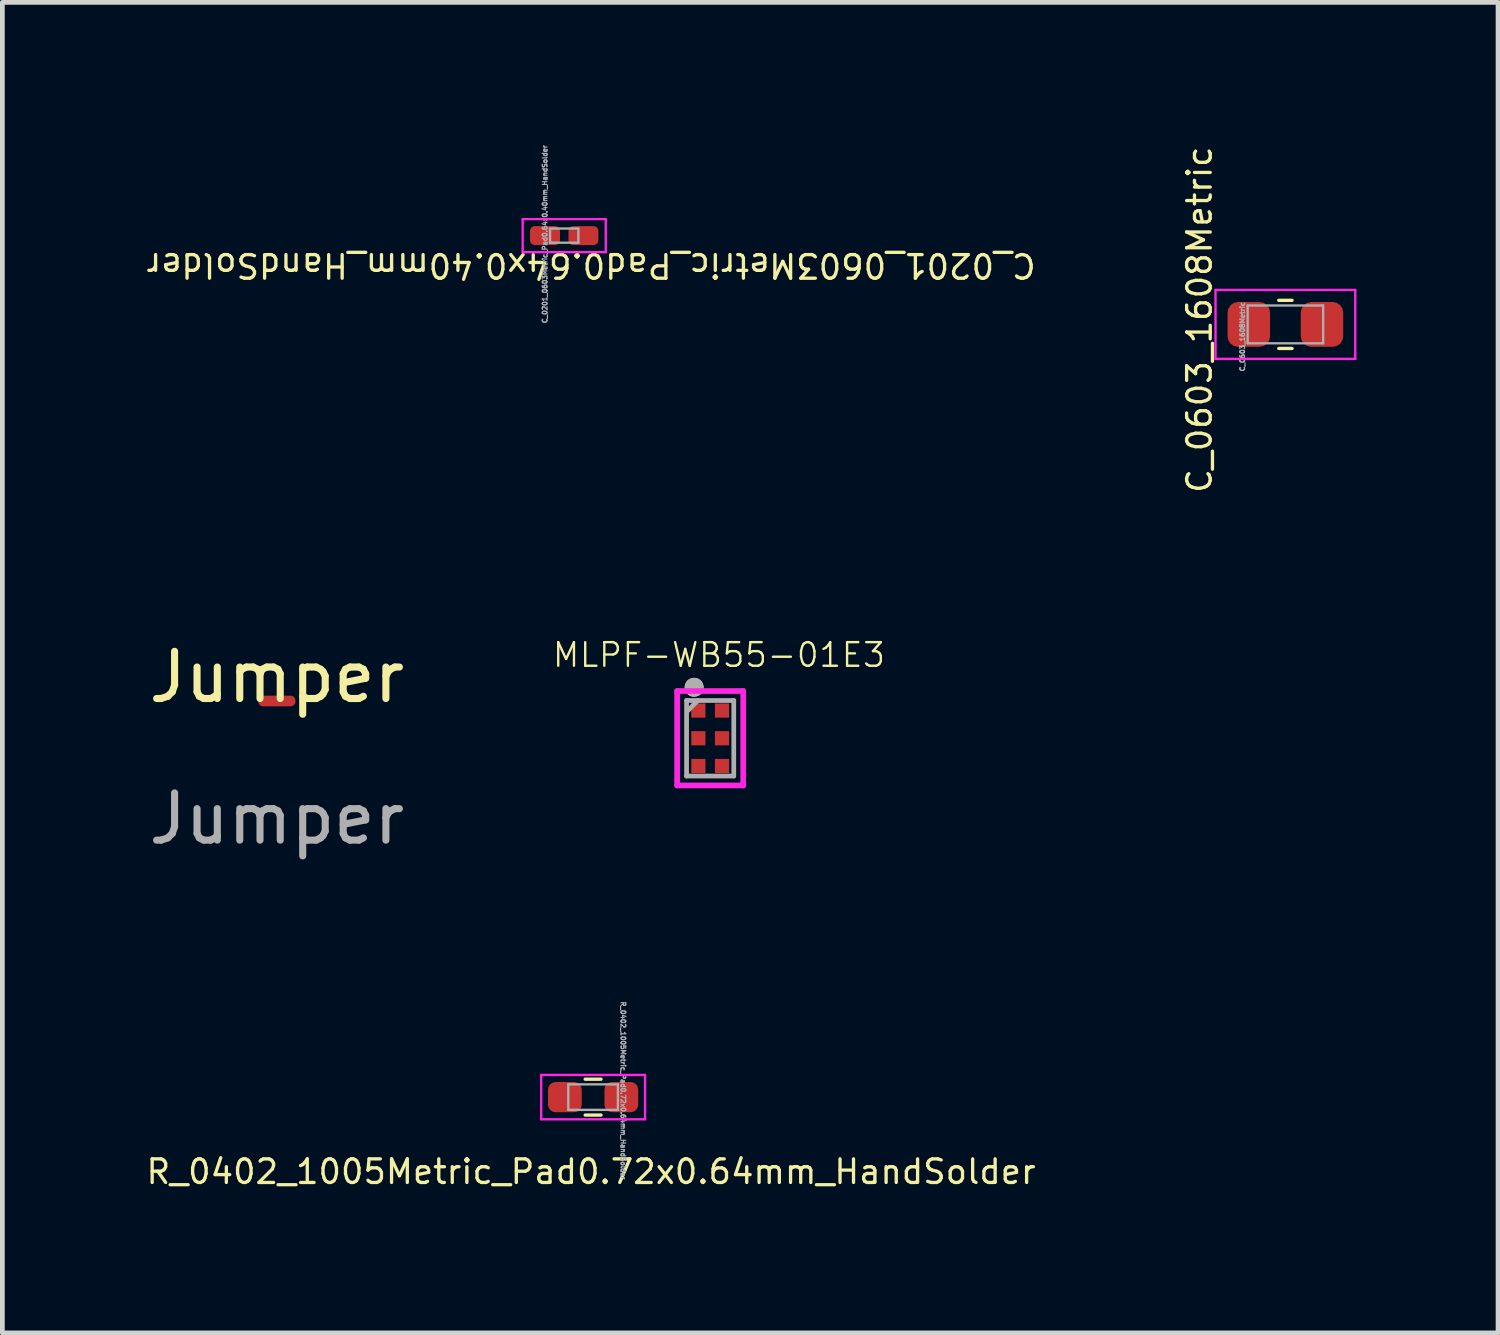
<source format=kicad_pcb>
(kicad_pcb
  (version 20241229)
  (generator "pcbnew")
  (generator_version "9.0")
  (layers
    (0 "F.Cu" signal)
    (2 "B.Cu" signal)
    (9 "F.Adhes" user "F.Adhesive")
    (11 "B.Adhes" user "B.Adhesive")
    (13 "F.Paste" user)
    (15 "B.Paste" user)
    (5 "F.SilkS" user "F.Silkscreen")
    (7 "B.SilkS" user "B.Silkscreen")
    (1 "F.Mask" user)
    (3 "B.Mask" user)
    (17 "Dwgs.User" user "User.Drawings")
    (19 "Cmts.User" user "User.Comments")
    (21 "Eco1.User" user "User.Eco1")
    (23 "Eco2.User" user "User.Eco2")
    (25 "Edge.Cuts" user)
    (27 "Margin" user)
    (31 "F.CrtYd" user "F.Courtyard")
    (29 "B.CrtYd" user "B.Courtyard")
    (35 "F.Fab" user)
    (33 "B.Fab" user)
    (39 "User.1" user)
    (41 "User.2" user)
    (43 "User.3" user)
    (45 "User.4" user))
  (footprint "C_0201_0603Metric_Pad0.64x0.40mm_HandSolder"
    (layer "F.Cu")
    (at 8.902 1.941)
    (property "Reference" "C_0201_0603Metric_Pad0.64x0.40mm_HandSolder" (at 0.57 0.63 180) (unlocked yes) (layer "F.SilkS") (effects (font (size 0.5 0.5) (thickness 0.07))))
    (attr smd)
    (fp_line (start -0.88 -0.35) (end 0.88 -0.35) (stroke (width 0.05) (type solid)) (layer "F.CrtYd"))
    (fp_line (start -0.88 0.35) (end -0.88 -0.35) (stroke (width 0.05) (type solid)) (layer "F.CrtYd"))
    (fp_line (start 0.88 -0.35) (end 0.88 0.35) (stroke (width 0.05) (type solid)) (layer "F.CrtYd"))
    (fp_line (start 0.88 0.35) (end -0.88 0.35) (stroke (width 0.05) (type solid)) (layer "F.CrtYd"))
    (fp_line (start -0.3 -0.15) (end 0.3 -0.15) (stroke (width 0.05) (type solid)) (layer "F.Fab"))
    (fp_line (start -0.3 0.15) (end -0.3 -0.15) (stroke (width 0.05) (type solid)) (layer "F.Fab"))
    (fp_line (start 0.3 -0.15) (end 0.3 0.15) (stroke (width 0.05) (type solid)) (layer "F.Fab"))
    (fp_line (start 0.3 0.15) (end -0.3 0.15) (stroke (width 0.05) (type solid)) (layer "F.Fab"))
    (fp_text user "${REFERENCE}" (at -0.41 -0.03 90) (unlocked yes) (layer "F.Fab") (effects (font (size 0.1 0.1) (thickness 0.05))))
    (pad "" smd roundrect (at -0.432 0) (size 0.458 0.36) (layers "F.Paste") (roundrect_rratio 0.25))
    (pad "" smd roundrect (at 0.432 0) (size 0.458 0.36) (layers "F.Paste") (roundrect_rratio 0.25))
    (pad "1" smd roundrect (at -0.407 0) (size 0.635 0.4) (layers "F.Cu" "F.Mask") (roundrect_rratio 0.25))
    (pad "2" smd roundrect (at 0.407 0) (size 0.635 0.4) (layers "F.Cu" "F.Mask") (roundrect_rratio 0.25)))
  (footprint "Jumper"
    (layer "F.Cu")
    (at 2.815 11.792)
    (property "Reference" "Jumper" (at 0 -0.5 0) (unlocked yes) (layer "F.SilkS") (effects (font (size 1 1) (thickness 0.15))))
    (attr smd)
    (fp_rect (start -0.293 -0.005) (end 0.293 0.02) (stroke (width 0.2) (type default)) (fill no) (layer "F.Cu"))
    (fp_text user "${REFERENCE}" (at 0 2.5 0) (unlocked yes) (layer "F.Fab") (effects (font (size 1 1) (thickness 0.15)))))
  (footprint "C_0603_1608Metric"
    (layer "F.Cu")
    (at 24.179 3.822)
    (property "Reference" "C_0603_1608Metric" (at -1.82 -0.1 90) (unlocked yes) (layer "F.SilkS") (effects (font (size 0.5 0.5) (thickness 0.07))))
    (attr smd)
    (fp_line (start -0.141 -0.51) (end 0.141 -0.51) (stroke (width 0.07) (type solid)) (layer "F.SilkS"))
    (fp_line (start -0.141 0.51) (end 0.141 0.51) (stroke (width 0.07) (type solid)) (layer "F.SilkS"))
    (fp_line (start -1.48 -0.73) (end 1.48 -0.73) (stroke (width 0.05) (type solid)) (layer "F.CrtYd"))
    (fp_line (start -1.48 0.73) (end -1.48 -0.73) (stroke (width 0.05) (type solid)) (layer "F.CrtYd"))
    (fp_line (start 1.48 -0.73) (end 1.48 0.73) (stroke (width 0.05) (type solid)) (layer "F.CrtYd"))
    (fp_line (start 1.48 0.73) (end -1.48 0.73) (stroke (width 0.05) (type solid)) (layer "F.CrtYd"))
    (fp_line (start -0.8 -0.4) (end 0.8 -0.4) (stroke (width 0.05) (type solid)) (layer "F.Fab"))
    (fp_line (start -0.8 0.4) (end -0.8 -0.4) (stroke (width 0.05) (type solid)) (layer "F.Fab"))
    (fp_line (start 0.8 -0.4) (end 0.8 0.4) (stroke (width 0.05) (type solid)) (layer "F.Fab"))
    (fp_line (start 0.8 0.4) (end -0.8 0.4) (stroke (width 0.05) (type solid)) (layer "F.Fab"))
    (fp_text user "${REFERENCE}" (at -0.91 0.26 90) (unlocked yes) (layer "F.Fab") (effects (font (size 0.1 0.1) (thickness 0.05))))
    (pad "1" smd roundrect (at -0.775 0) (size 0.9 0.95) (layers "F.Cu" "F.Mask" "F.Paste") (roundrect_rratio 0.25))
    (pad "2" smd roundrect (at 0.775 0) (size 0.9 0.95) (layers "F.Cu" "F.Mask" "F.Paste") (roundrect_rratio 0.25)))
  (footprint "MLPF-WB55-01E3"
    (layer "F.Cu")
    (at 11.494 11.789)
    (property "Reference" "MLPF-WB55-01E3" (at 0.686 -0.965 0) (layer "F.SilkS") (effects (font (size 0.5 0.5) (thickness 0.05))))
    (attr through_hole)
    (fp_line (start 0 0) (end 0 1.6) (stroke (width 0.05) (type solid)) (layer "F.SilkS"))
    (fp_line (start 0 0) (end 1 0) (stroke (width 0.05) (type solid)) (layer "F.SilkS"))
    (fp_line (start 1 0) (end 1 1.6) (stroke (width 0.05) (type solid)) (layer "F.SilkS"))
    (fp_line (start 1 1.6) (end 0 1.6) (stroke (width 0.05) (type solid)) (layer "F.SilkS"))
    (fp_circle (center 0.16 -0.28) (end 0.26 -0.28) (stroke (width 0.2) (type solid)) (fill no) (layer "F.SilkS"))
    (fp_line (start -0.2 -0.2) (end 1.2 -0.2) (stroke (width 0.12) (type solid)) (layer "F.CrtYd"))
    (fp_line (start -0.2 1.8) (end -0.2 -0.2) (stroke (width 0.12) (type solid)) (layer "F.CrtYd"))
    (fp_line (start 1.2 -0.2) (end 1.2 1.8) (stroke (width 0.12) (type solid)) (layer "F.CrtYd"))
    (fp_line (start 1.2 1.8) (end -0.2 1.8) (stroke (width 0.12) (type solid)) (layer "F.CrtYd"))
    (fp_line (start 0 0) (end 1 0) (stroke (width 0.1) (type solid)) (layer "F.Fab"))
    (fp_line (start 0 1.6) (end 0 0) (stroke (width 0.1) (type solid)) (layer "F.Fab"))
    (fp_line (start 0.02 0.22) (end 0.24 0) (stroke (width 0.1) (type default)) (layer "F.Fab"))
    (fp_line (start 1 0) (end 1 1.6) (stroke (width 0.1) (type solid)) (layer "F.Fab"))
    (fp_line (start 1 1.6) (end 0 1.6) (stroke (width 0.1) (type solid)) (layer "F.Fab"))
    (fp_circle (center 0.16 -0.28) (end 0.26 -0.28) (stroke (width 0.2) (type solid)) (fill no) (layer "F.Fab"))
    (pad "1" smd rect (at 0.25 0.213) (size 0.3 0.3) (layers "F.Cu" "F.Mask" "F.Paste"))
    (pad "2" smd rect (at 0.25 0.8) (size 0.3 0.3) (layers "F.Cu" "F.Mask" "F.Paste"))
    (pad "3" smd rect (at 0.25 1.387) (size 0.3 0.3) (layers "F.Cu" "F.Mask" "F.Paste"))
    (pad "4" smd rect (at 0.75 1.387) (size 0.3 0.3) (layers "F.Cu" "F.Mask" "F.Paste"))
    (pad "5" smd rect (at 0.75 0.8) (size 0.3 0.3) (layers "F.Cu" "F.Mask" "F.Paste"))
    (pad "6" smd rect (at 0.75 0.213) (size 0.3 0.3) (layers "F.Cu" "F.Mask" "F.Paste")))
  (footprint "R_0402_1005Metric_Pad0.72x0.64mm_HandSolder"
    (layer "F.Cu")
    (at 9.514 20.191)
    (property "Reference" "R_0402_1005Metric_Pad0.72x0.64mm_HandSolder" (at -0.043 1.58 0) (unlocked yes) (layer "F.SilkS") (effects (font (size 0.5 0.5) (thickness 0.07))))
    (attr smd)
    (fp_line (start -0.168 -0.38) (end 0.168 -0.38) (stroke (width 0.07) (type solid)) (layer "F.SilkS"))
    (fp_line (start -0.168 0.38) (end 0.168 0.38) (stroke (width 0.07) (type solid)) (layer "F.SilkS"))
    (fp_line (start -1.1 -0.47) (end 1.1 -0.47) (stroke (width 0.05) (type solid)) (layer "F.CrtYd"))
    (fp_line (start -1.1 0.47) (end -1.1 -0.47) (stroke (width 0.05) (type solid)) (layer "F.CrtYd"))
    (fp_line (start 1.1 -0.47) (end 1.1 0.47) (stroke (width 0.05) (type solid)) (layer "F.CrtYd"))
    (fp_line (start 1.1 0.47) (end -1.1 0.47) (stroke (width 0.05) (type solid)) (layer "F.CrtYd"))
    (fp_line (start -0.525 -0.27) (end 0.525 -0.27) (stroke (width 0.05) (type solid)) (layer "F.Fab"))
    (fp_line (start -0.525 0.27) (end -0.525 -0.27) (stroke (width 0.05) (type solid)) (layer "F.Fab"))
    (fp_line (start 0.525 -0.27) (end 0.525 0.27) (stroke (width 0.05) (type solid)) (layer "F.Fab"))
    (fp_line (start 0.525 0.27) (end -0.525 0.27) (stroke (width 0.05) (type solid)) (layer "F.Fab"))
    (fp_text user "${REFERENCE}" (at 0.637 -0.14 270) (unlocked yes) (layer "F.Fab") (effects (font (size 0.1 0.1) (thickness 0.05))))
    (pad "1" smd roundrect (at -0.598 0) (size 0.715 0.64) (layers "F.Cu" "F.Mask" "F.Paste") (roundrect_rratio 0.25))
    (pad "2" smd roundrect (at 0.598 0) (size 0.715 0.64) (layers "F.Cu" "F.Mask" "F.Paste") (roundrect_rratio 0.25)))
  (gr_rect
    (start -3 -3)
    (end 28.684 25.186)
    (stroke (width 0.1) (type default))
    (fill no)
    (layer "Edge.Cuts")))
</source>
